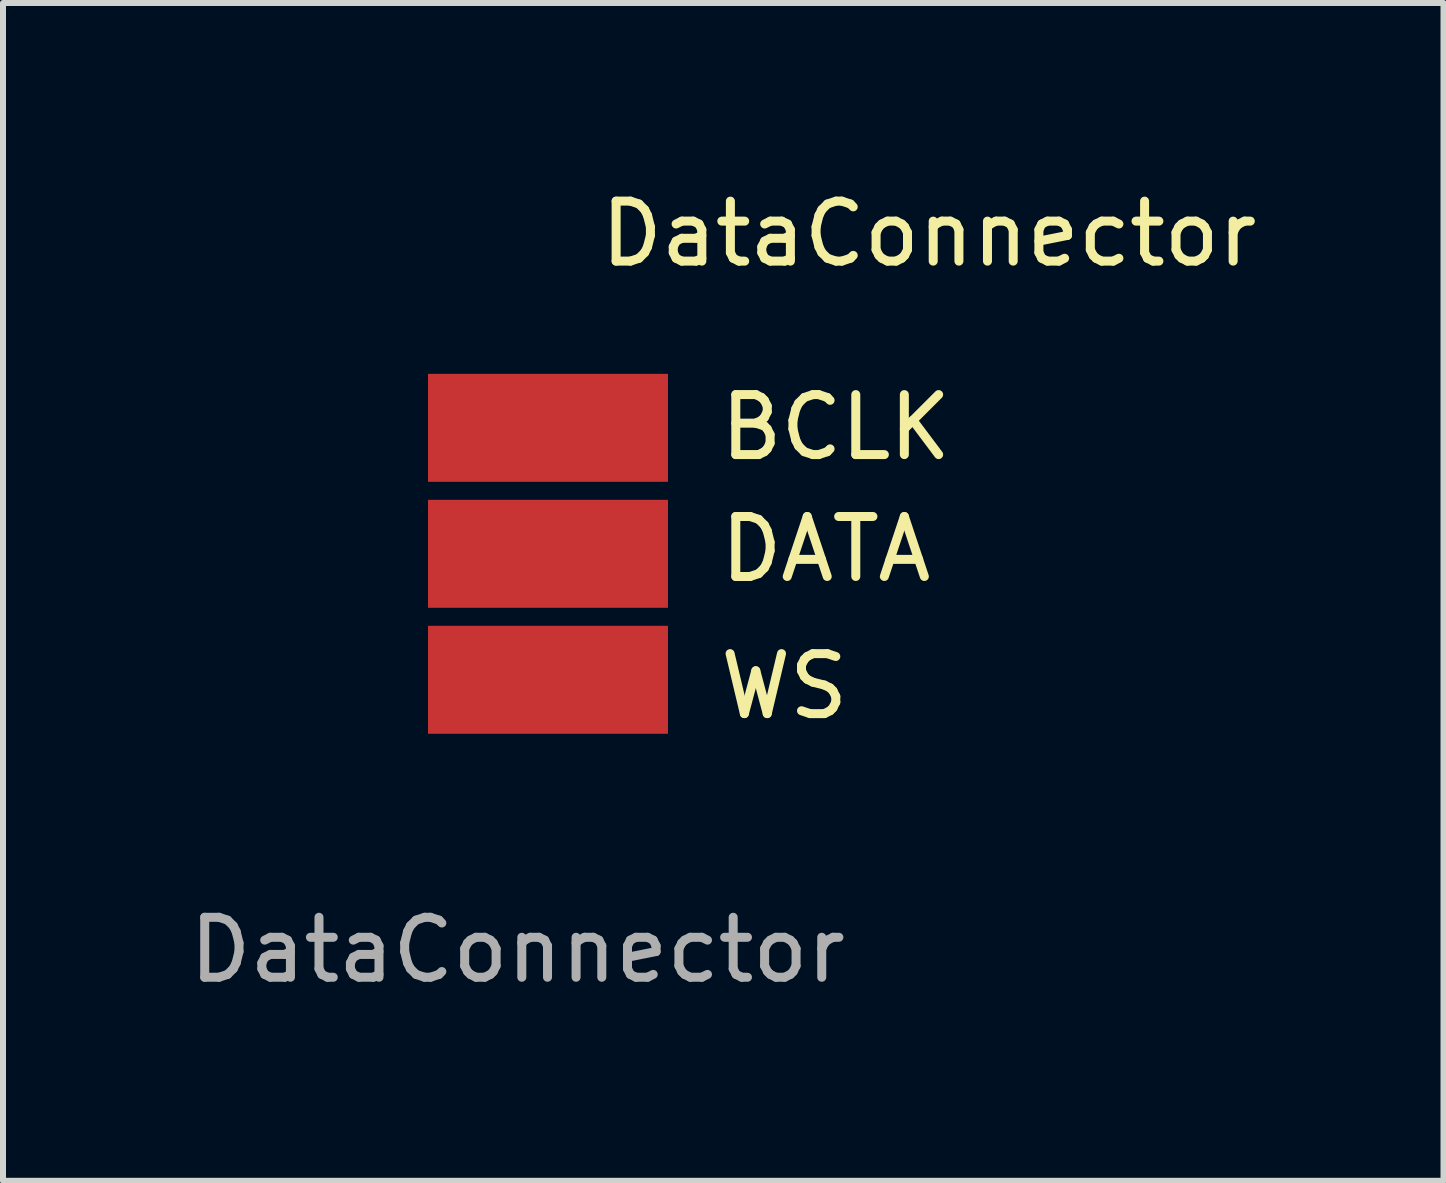
<source format=kicad_pcb>
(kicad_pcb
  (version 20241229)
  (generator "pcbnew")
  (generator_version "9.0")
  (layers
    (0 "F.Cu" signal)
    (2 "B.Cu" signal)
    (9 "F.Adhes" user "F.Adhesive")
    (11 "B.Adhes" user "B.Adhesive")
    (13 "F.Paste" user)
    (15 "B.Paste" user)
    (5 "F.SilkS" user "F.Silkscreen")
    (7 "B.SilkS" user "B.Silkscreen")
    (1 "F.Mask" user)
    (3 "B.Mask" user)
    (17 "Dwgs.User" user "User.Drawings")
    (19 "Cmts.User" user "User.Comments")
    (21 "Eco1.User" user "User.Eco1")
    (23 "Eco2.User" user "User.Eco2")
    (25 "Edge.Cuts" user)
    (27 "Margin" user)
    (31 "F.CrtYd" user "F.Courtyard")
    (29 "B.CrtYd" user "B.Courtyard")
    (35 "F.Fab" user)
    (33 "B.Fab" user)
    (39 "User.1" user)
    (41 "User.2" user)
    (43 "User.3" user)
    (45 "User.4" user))
  (footprint "DataConnector"
    (layer "F.Cu")
    (at 6.085 6.182)
    (property "Reference" "DataConnector" (at 6.35 -5.334 0) (unlocked yes) (layer "F.SilkS") (effects (font (size 1 1) (thickness 0.15))))
    (attr smd)
    (fp_text user "BCLK" (at 2.794 -1.524 0) (unlocked yes) (layer "F.SilkS") (effects (font (size 1 1) (thickness 0.15)) (justify left bottom)))
    (fp_text user "DATA" (at 2.794 0.508 0) (unlocked yes) (layer "F.SilkS") (effects (font (size 1 1) (thickness 0.15)) (justify left bottom)))
    (fp_text user "WS" (at 2.794 2.794 0) (unlocked yes) (layer "F.SilkS") (effects (font (size 1 1) (thickness 0.15)) (justify left bottom)))
    (fp_text user "${REFERENCE}" (at -0.508 6.604 0) (unlocked yes) (layer "F.Fab") (effects (font (size 1 1) (thickness 0.15))))
    (pad "1" smd rect (at 0 -2.1) (size 4 1.8) (layers "F.Cu" "F.Mask" "F.Paste"))
    (pad "2" smd rect (at 0 0) (size 4 1.8) (layers "F.Cu" "F.Mask" "F.Paste"))
    (pad "3" smd rect (at 0 2.1) (size 4 1.8) (layers "F.Cu" "F.Mask" "F.Paste")))
  (gr_rect
    (start -3 -3)
    (end 21.013 16.634)
    (stroke (width 0.1) (type default))
    (fill no)
    (layer "Edge.Cuts")))
</source>
